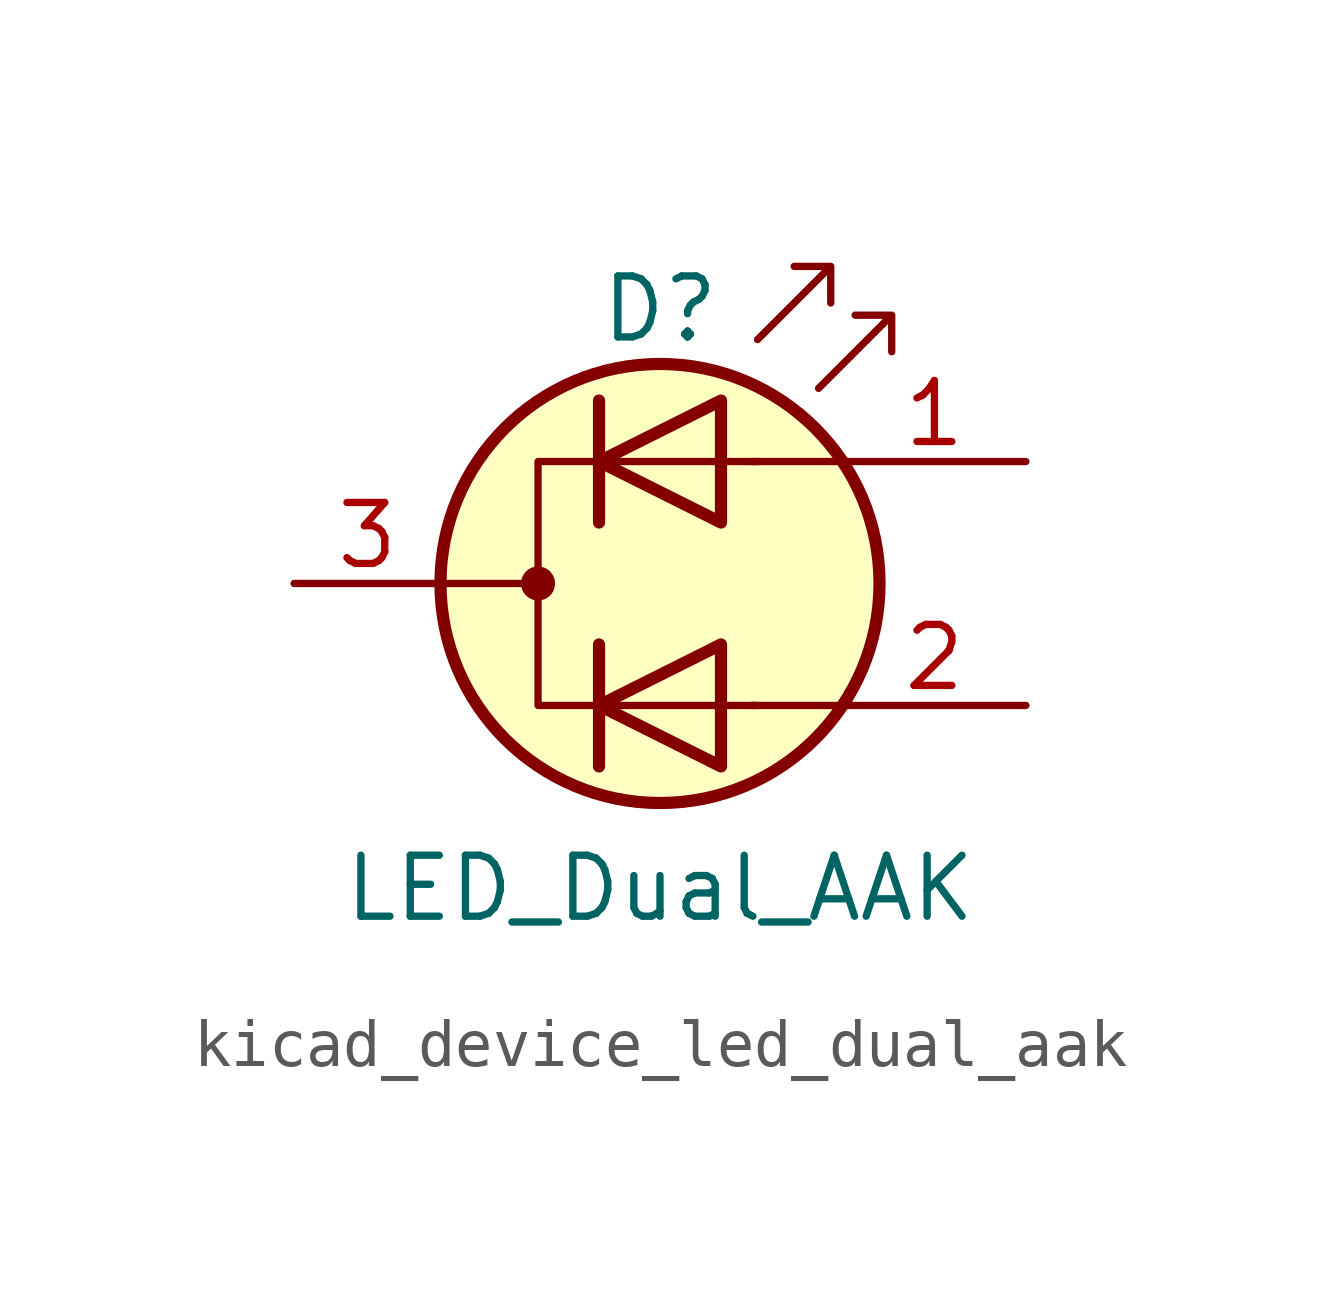
<source format=kicad_sym>
(kicad_symbol_lib
  (version 20220914)
  (generator kicad_symbol_editor)
  (symbol "kicad_device_led_dual_aak"
    (pin_names
      (offset 0) hide)
    (property "Reference" "D"
      (at 0 5.715 0)
      (effects (font (size 1.27 1.27))))
    (property "Value" "LED_Dual_AAK"
      (at 0 -6.35 0)
      (effects (font (size 1.27 1.27))))
    (symbol "kicad_device_led_dual_aak_0_1"
      (circle (center -2.54 0) (radius 0.279) (stroke (width 0) (type default)) (fill (type outline)))
      (polyline (pts (xy -4.572 0) (xy -2.54 0)) (stroke (width 0) (type default)) (fill (type none)))
      (polyline (pts (xy -1.27 -1.27) (xy -1.27 -3.81)) (stroke (width 0.254) (type default)) (fill (type none)))
      (polyline (pts (xy -1.27 1.27) (xy -1.27 3.81)) (stroke (width 0.254) (type default)) (fill (type none)))
      (polyline (pts (xy 3.81 -2.54) (xy 1.905 -2.54)) (stroke (width 0) (type default)) (fill (type none)))
      (polyline (pts (xy 3.81 2.54) (xy 1.905 2.54)) (stroke (width 0) (type default)) (fill (type none)))
      (polyline (pts (xy 1.27 -3.81) (xy 1.27 -1.27) (xy -1.27 -2.54) (xy 1.27 -3.81)) (stroke (width 0.254) (type default)) (fill (type none)))
      (polyline (pts (xy 1.27 1.27) (xy 1.27 3.81) (xy -1.27 2.54) (xy 1.27 1.27)) (stroke (width 0.254) (type default)) (fill (type none)))
      (polyline (pts (xy 2.032 2.54) (xy -2.54 2.54) (xy -2.54 -2.54) (xy 2.032 -2.54)) (stroke (width 0) (type default)) (fill (type none)))
      (polyline (pts (xy 2.032 5.08) (xy 3.556 6.604) (xy 2.794 6.604) (xy 3.556 6.604) (xy 3.556 5.842)) (stroke (width 0) (type default)) (fill (type none)))
      (polyline (pts (xy 3.302 4.064) (xy 4.826 5.588) (xy 4.064 5.588) (xy 4.826 5.588) (xy 4.826 4.826)) (stroke (width 0) (type default)) (fill (type none)))
      (circle (center 0 0) (radius 4.572) (stroke (width 0.254) (type default)) (fill (type background))))
    (symbol "kicad_device_led_dual_aak_1_1"
      (pin input line (at 7.62 2.54 180) (length 3.81) (name "A1" (effects (font (size 1.27 1.27)))) (number "1" (effects (font (size 1.27 1.27)))))
      (pin input line (at 7.62 -2.54 180) (length 3.81) (name "A2" (effects (font (size 1.27 1.27)))) (number "2" (effects (font (size 1.27 1.27)))))
      (pin input line (at -7.62 0 0) (length 3.048) (name "K" (effects (font (size 1.27 1.27)))) (number "3" (effects (font (size 1.27 1.27))))))))
</source>
